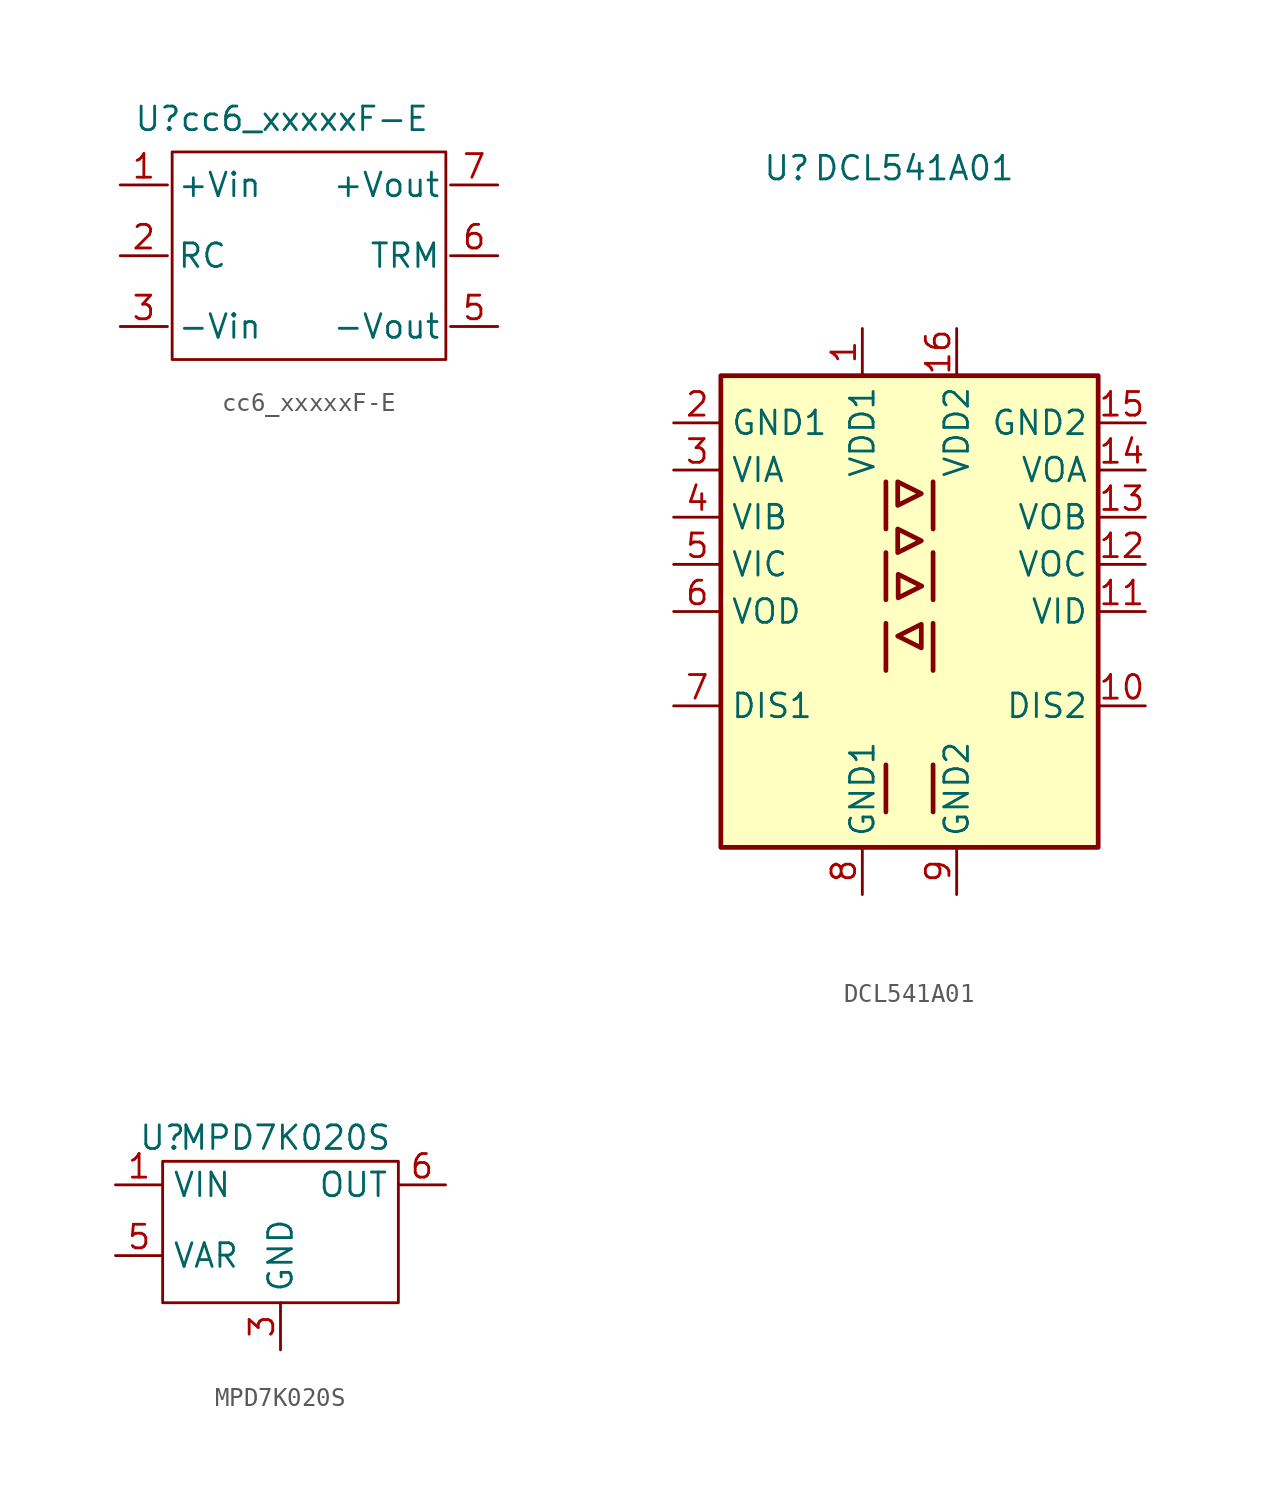
<source format=kicad_sym>
(kicad_symbol_lib
  (version 20231120)
  (generator "kicad_symbol_editor")
  (generator_version "8.0")
  (symbol "cc6_xxxxxF-E"
    (property "Reference" "U"
      (at -8.128 -0.254 0)
      (effects (font (size 1.27 1.27))))
    (property "Value" "cc6_xxxxxF-E"
      (at -0.254 -0.254 0)
      (effects (font (size 1.27 1.27))))
    (symbol "cc6_xxxxxF-E_0_1"
      (rectangle (start -7.366 -2.032) (end 7.366 -13.208) (stroke (width 0) (type default)) (fill (type none))))
    (symbol "cc6_xxxxxF-E_1_1"
      (pin passive line (at -10.16 -3.81 0) (length 2.54) (name "+Vin" (effects (font (size 1.27 1.27)))) (number "1" (effects (font (size 1.27 1.27)))))
      (pin passive line (at -10.16 -7.62 0) (length 2.54) (name "RC" (effects (font (size 1.27 1.27)))) (number "2" (effects (font (size 1.27 1.27)))))
      (pin passive line (at -10.16 -11.43 0) (length 2.54) (name "-Vin" (effects (font (size 1.27 1.27)))) (number "3" (effects (font (size 1.27 1.27)))))
      (pin passive line (at 10.16 -11.43 180) (length 2.54) (name "-Vout" (effects (font (size 1.27 1.27)))) (number "5" (effects (font (size 1.27 1.27)))))
      (pin passive line (at 10.16 -7.62 180) (length 2.54) (name "TRM" (effects (font (size 1.27 1.27)))) (number "6" (effects (font (size 1.27 1.27)))))
      (pin passive line (at 10.16 -3.81 180) (length 2.54) (name "+Vout" (effects (font (size 1.27 1.27)))) (number "7" (effects (font (size 1.27 1.27)))))))
  (symbol "DCL541A01"
    (property "Reference" "U"
      (at -6.604 11.176 0)
      (effects (font (size 1.27 1.27))))
    (property "Value" "DCL541A01"
      (at 0.254 11.176 0)
      (effects (font (size 1.27 1.27))))
    (symbol "DCL541A01_1_1"
      (rectangle (start -10.16 0) (end 10.16 -25.4) (stroke (width 0.254) (type default)) (fill (type background)))
      (polyline (pts (xy -1.27 -20.955) (xy -1.27 -23.495)) (stroke (width 0.254) (type default)) (fill (type none)))
      (polyline (pts (xy -1.27 -13.335) (xy -1.27 -15.875)) (stroke (width 0.254) (type default)) (fill (type none)))
      (polyline (pts (xy -1.27 -9.525) (xy -1.27 -12.065)) (stroke (width 0.254) (type default)) (fill (type none)))
      (polyline (pts (xy -1.27 -5.715) (xy -1.27 -8.255)) (stroke (width 0.254) (type default)) (fill (type none)))
      (polyline (pts (xy 1.27 -20.955) (xy 1.27 -23.495)) (stroke (width 0.254) (type default)) (fill (type none)))
      (polyline (pts (xy 1.27 -13.335) (xy 1.27 -15.875)) (stroke (width 0.254) (type default)) (fill (type none)))
      (polyline (pts (xy 1.27 -9.525) (xy 1.27 -12.065)) (stroke (width 0.254) (type default)) (fill (type none)))
      (polyline (pts (xy 1.27 -5.715) (xy 1.27 -8.255)) (stroke (width 0.254) (type default)) (fill (type none)))
      (polyline (pts (xy -0.635 -8.255) (xy -0.635 -9.525) (xy 0.635 -8.89) (xy -0.635 -8.255)) (stroke (width 0.254) (type default)) (fill (type none)))
      (polyline (pts (xy -0.635 -6.985) (xy 0.635 -6.35) (xy -0.635 -5.715) (xy -0.635 -6.985)) (stroke (width 0.254) (type default)) (fill (type none)))
      (polyline (pts (xy -0.61 -10.693) (xy 0.66 -11.328) (xy -0.61 -11.963) (xy -0.61 -10.693)) (stroke (width 0.254) (type default)) (fill (type none)))
      (polyline (pts (xy 0.635 -13.386) (xy 0.635 -14.656) (xy -0.635 -14.021) (xy 0.635 -13.386)) (stroke (width 0.254) (type default)) (fill (type none)))
      (pin power_in line (at -2.54 2.54 270) (length 2.54) (name "VDD1" (effects (font (size 1.27 1.27)))) (number "1" (effects (font (size 1.27 1.27)))))
      (pin input line (at 12.7 -17.78 180) (length 2.54) (name "DIS2" (effects (font (size 1.27 1.27)))) (number "10" (effects (font (size 1.27 1.27)))))
      (pin input line (at 12.7 -12.7 180) (length 2.54) (name "VID" (effects (font (size 1.27 1.27)))) (number "11" (effects (font (size 1.27 1.27)))))
      (pin output line (at 12.7 -10.16 180) (length 2.54) (name "VOC" (effects (font (size 1.27 1.27)))) (number "12" (effects (font (size 1.27 1.27)))))
      (pin output line (at 12.7 -7.62 180) (length 2.54) (name "VOB" (effects (font (size 1.27 1.27)))) (number "13" (effects (font (size 1.27 1.27)))))
      (pin output line (at 12.7 -5.08 180) (length 2.54) (name "VOA" (effects (font (size 1.27 1.27)))) (number "14" (effects (font (size 1.27 1.27)))))
      (pin power_in line (at 12.7 -2.54 180) (length 2.54) (name "GND2" (effects (font (size 1.27 1.27)))) (number "15" (effects (font (size 1.27 1.27)))))
      (pin power_in line (at 2.54 2.54 270) (length 2.54) (name "VDD2" (effects (font (size 1.27 1.27)))) (number "16" (effects (font (size 1.27 1.27)))))
      (pin power_in line (at -12.7 -2.54 0) (length 2.54) (name "GND1" (effects (font (size 1.27 1.27)))) (number "2" (effects (font (size 1.27 1.27)))))
      (pin input line (at -12.7 -5.08 0) (length 2.54) (name "VIA" (effects (font (size 1.27 1.27)))) (number "3" (effects (font (size 1.27 1.27)))))
      (pin input line (at -12.7 -7.62 0) (length 2.54) (name "VIB" (effects (font (size 1.27 1.27)))) (number "4" (effects (font (size 1.27 1.27)))))
      (pin input line (at -12.7 -10.16 0) (length 2.54) (name "VIC" (effects (font (size 1.27 1.27)))) (number "5" (effects (font (size 1.27 1.27)))))
      (pin output line (at -12.7 -12.7 0) (length 2.54) (name "VOD" (effects (font (size 1.27 1.27)))) (number "6" (effects (font (size 1.27 1.27)))))
      (pin input line (at -12.7 -17.78 0) (length 2.54) (name "DIS1" (effects (font (size 1.27 1.27)))) (number "7" (effects (font (size 1.27 1.27)))))
      (pin power_in line (at -2.54 -27.94 90) (length 2.54) (name "GND1" (effects (font (size 1.27 1.27)))) (number "8" (effects (font (size 1.27 1.27)))))
      (pin power_in line (at 2.54 -27.94 90) (length 2.54) (name "GND2" (effects (font (size 1.27 1.27)))) (number "9" (effects (font (size 1.27 1.27)))))))
  (symbol "MPD7K020S"
    (property "Reference" "U"
      (at -6.35 1.27 0)
      (effects (font (size 1.27 1.27))))
    (property "Value" "MPD7K020S"
      (at 0.254 1.27 0)
      (effects (font (size 1.27 1.27))))
    (symbol "MPD7K020S_0_1"
      (rectangle (start -6.35 0) (end 6.35 -7.62) (stroke (width 0) (type default)) (fill (type none))))
    (symbol "MPD7K020S_1_1"
      (pin passive line (at -8.89 -1.27 0) (length 2.54) (name "VIN" (effects (font (size 1.27 1.27)))) (number "1" (effects (font (size 1.27 1.27)))))
      (pin passive line (at 0 -10.16 90) (length 2.54) (name "GND" (effects (font (size 1.27 1.27)))) (number "3" (effects (font (size 1.27 1.27)))))
      (pin passive line (at -8.89 -5.08 0) (length 2.54) (name "VAR" (effects (font (size 1.27 1.27)))) (number "5" (effects (font (size 1.27 1.27)))))
      (pin passive line (at 8.89 -1.27 180) (length 2.54) (name "OUT" (effects (font (size 1.27 1.27)))) (number "6" (effects (font (size 1.27 1.27))))))))
</source>
